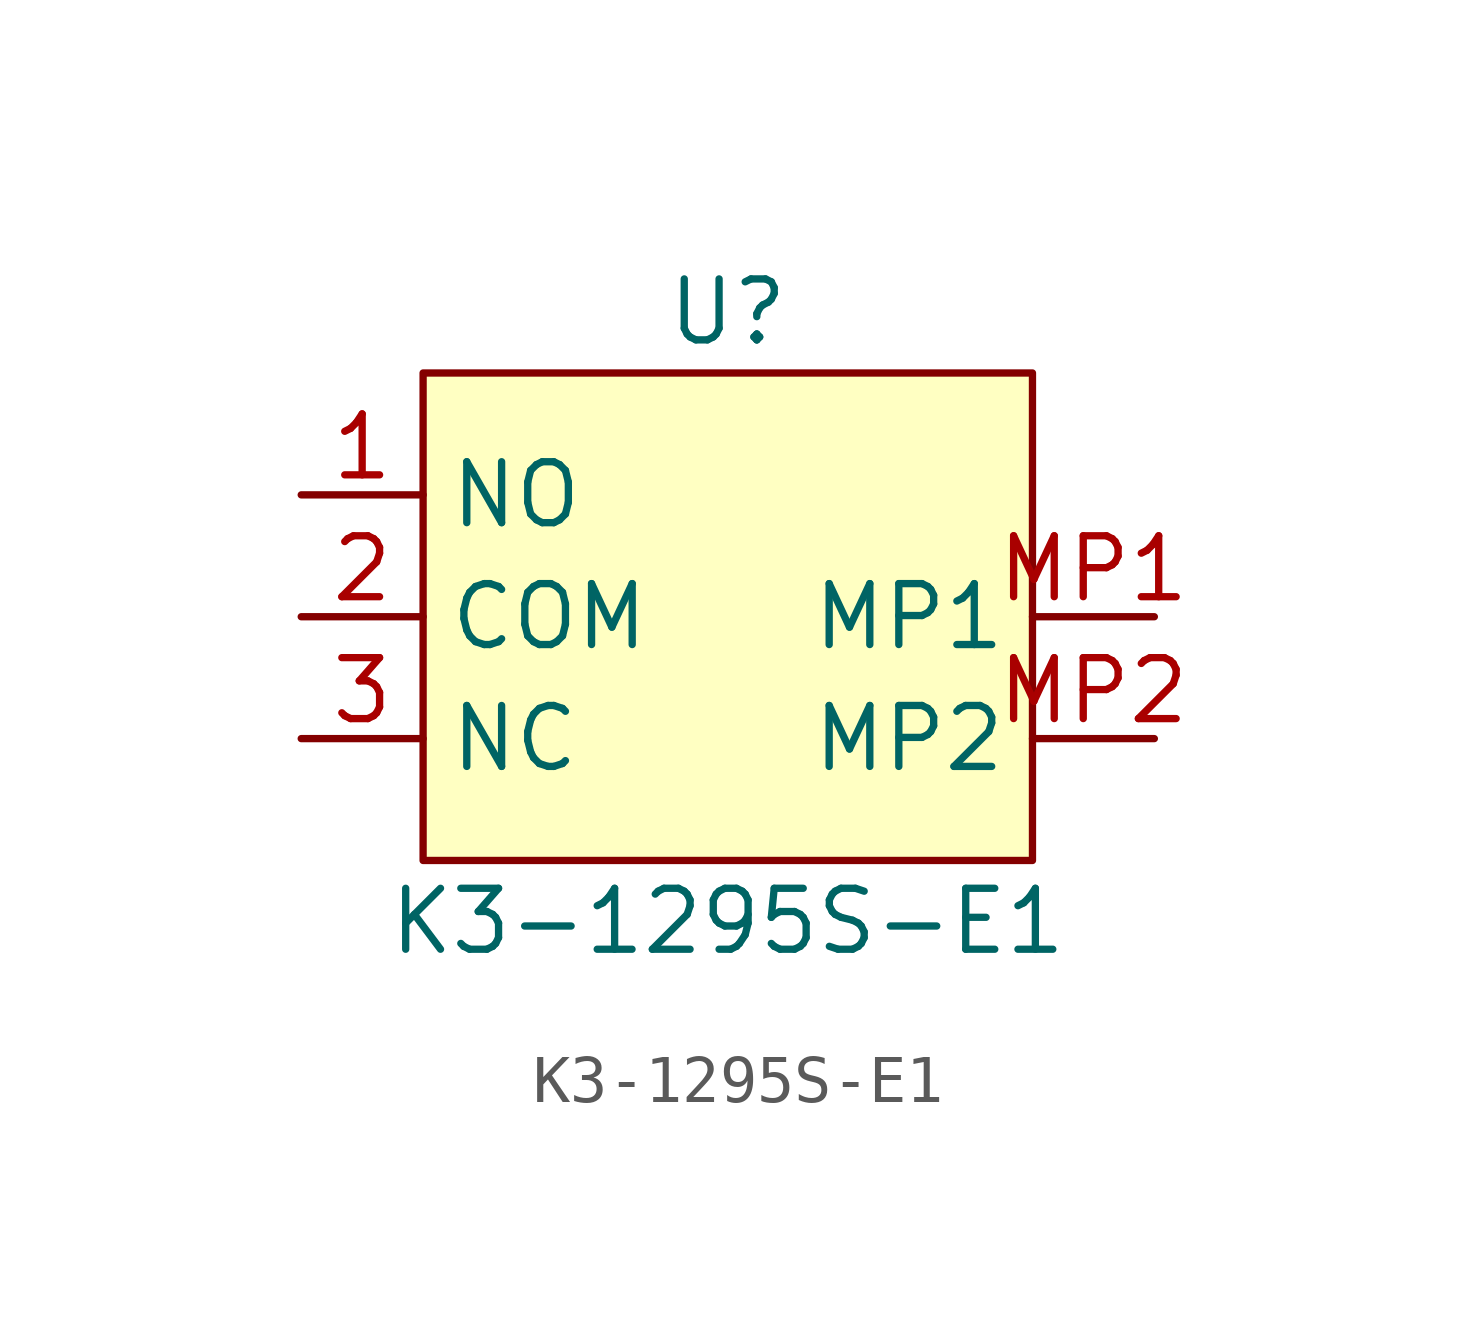
<source format=kicad_sym>
(kicad_symbol_lib
  (version 20220914)
  (generator kicad_symbol_editor)
  (symbol "K3-1295S-E1"
    (property "Reference" "U"
      (at 0 6.35 0)
      (effects (font (size 1.27 1.27))))
    (property "Value" "K3-1295S-E1"
      (at 0 -6.35 0)
      (effects (font (size 1.27 1.27))))
    (symbol "K3-1295S-E1_1_1"
      (rectangle (start -6.35 5.08) (end 6.35 -5.08) (stroke (width 0) (type default)) (fill (type background)))
      (pin bidirectional line (at -8.89 2.54 0) (length 2.54) (name "NO" (effects (font (size 1.27 1.27)))) (number "1" (effects (font (size 1.27 1.27)))))
      (pin bidirectional line (at -8.89 0 0) (length 2.54) (name "COM" (effects (font (size 1.27 1.27)))) (number "2" (effects (font (size 1.27 1.27)))))
      (pin bidirectional line (at -8.89 -2.54 0) (length 2.54) (name "NC" (effects (font (size 1.27 1.27)))) (number "3" (effects (font (size 1.27 1.27)))))
      (pin passive line (at 8.89 0 180) (length 2.54) (name "MP1" (effects (font (size 1.27 1.27)))) (number "MP1" (effects (font (size 1.27 1.27)))))
      (pin passive line (at 8.89 -2.54 180) (length 2.54) (name "MP2" (effects (font (size 1.27 1.27)))) (number "MP2" (effects (font (size 1.27 1.27))))))))
</source>
